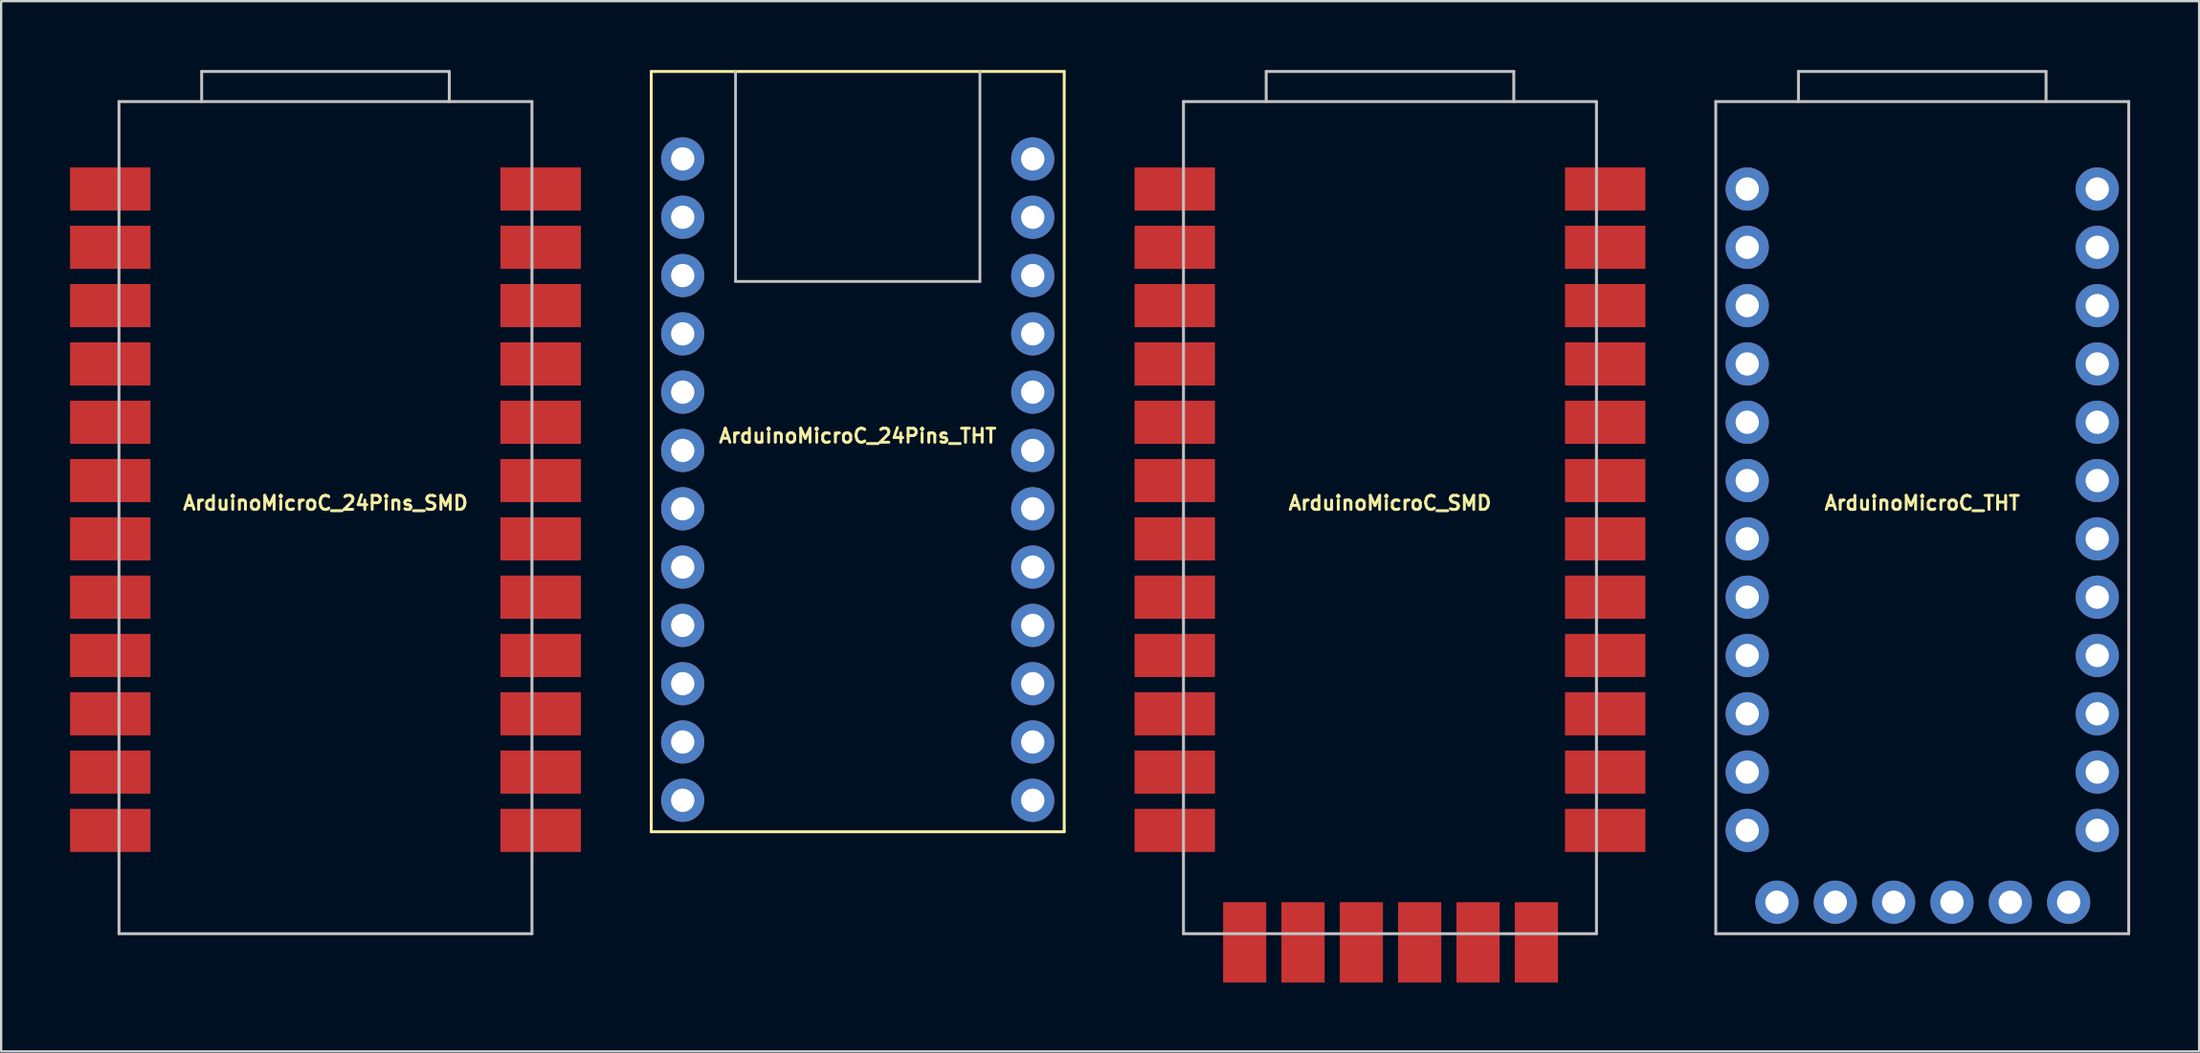
<source format=kicad_pcb>
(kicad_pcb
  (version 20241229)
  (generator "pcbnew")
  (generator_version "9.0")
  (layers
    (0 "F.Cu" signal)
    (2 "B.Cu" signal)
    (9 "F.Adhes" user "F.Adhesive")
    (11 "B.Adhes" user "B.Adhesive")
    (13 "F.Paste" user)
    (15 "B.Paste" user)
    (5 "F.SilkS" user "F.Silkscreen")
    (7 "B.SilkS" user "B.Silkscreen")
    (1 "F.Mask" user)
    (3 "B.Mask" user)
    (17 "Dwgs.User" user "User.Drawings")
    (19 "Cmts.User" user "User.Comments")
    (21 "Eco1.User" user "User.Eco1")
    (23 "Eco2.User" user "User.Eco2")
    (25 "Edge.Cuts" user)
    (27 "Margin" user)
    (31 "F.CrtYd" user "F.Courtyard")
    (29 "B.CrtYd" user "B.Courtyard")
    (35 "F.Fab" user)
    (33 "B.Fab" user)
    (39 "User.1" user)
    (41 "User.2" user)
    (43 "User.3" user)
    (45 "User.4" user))
  (footprint "ArduinoMicroC_24Pins_SMD"
    (layer "F.Cu")
    (at 11.12 19.499)
    (property "Reference" "ArduinoMicroC_24Pins_SMD" (at 0 -0.635 0) (layer "F.SilkS") (effects (font (size 0.61 0.61) (thickness 0.127))))
    (attr exclude_from_pos_files exclude_from_bom)
    (fp_line (start -8.99 -18.125) (end -8.99 18.125) (stroke (width 0.127) (type solid)) (layer "Dwgs.User"))
    (fp_line (start -8.99 18.125) (end 8.99 18.125) (stroke (width 0.127) (type solid)) (layer "Dwgs.User"))
    (fp_line (start -5.39 -19.435) (end -5.39 -18.125) (stroke (width 0.127) (type solid)) (layer "Dwgs.User"))
    (fp_line (start -5.39 -19.435) (end 5.39 -19.435) (stroke (width 0.127) (type solid)) (layer "Dwgs.User"))
    (fp_line (start 5.39 -19.435) (end 5.39 -18.125) (stroke (width 0.127) (type solid)) (layer "Dwgs.User"))
    (fp_line (start 8.99 -18.125) (end -8.99 -18.125) (stroke (width 0.127) (type solid)) (layer "Dwgs.User"))
    (fp_line (start 8.99 -18.125) (end 8.99 18.125) (stroke (width 0.127) (type solid)) (layer "Dwgs.User"))
    (pad "1" smd rect (at -9.37 -14.315 90) (size 1.88 3.5) (layers "F.Cu" "F.Mask" "F.Paste"))
    (pad "2" smd rect (at -9.37 -11.775 90) (size 1.88 3.5) (layers "F.Cu" "F.Mask" "F.Paste"))
    (pad "3" smd rect (at -9.37 -9.235 90) (size 1.88 3.5) (layers "F.Cu" "F.Mask" "F.Paste"))
    (pad "4" smd rect (at -9.37 -6.695 90) (size 1.88 3.5) (layers "F.Cu" "F.Mask" "F.Paste"))
    (pad "5" smd rect (at -9.37 -4.155 90) (size 1.88 3.5) (layers "F.Cu" "F.Mask" "F.Paste"))
    (pad "6" smd rect (at -9.37 -1.615 90) (size 1.88 3.5) (layers "F.Cu" "F.Mask" "F.Paste"))
    (pad "7" smd rect (at -9.37 0.925 90) (size 1.88 3.5) (layers "F.Cu" "F.Mask" "F.Paste"))
    (pad "8" smd rect (at -9.37 3.465 90) (size 1.88 3.5) (layers "F.Cu" "F.Mask" "F.Paste"))
    (pad "9" smd rect (at -9.37 6.005 90) (size 1.88 3.5) (layers "F.Cu" "F.Mask" "F.Paste"))
    (pad "10" smd rect (at -9.37 8.545 90) (size 1.88 3.5) (layers "F.Cu" "F.Mask" "F.Paste"))
    (pad "11" smd rect (at -9.37 11.085 90) (size 1.88 3.5) (layers "F.Cu" "F.Mask" "F.Paste"))
    (pad "12" smd rect (at -9.37 13.625 90) (size 1.88 3.5) (layers "F.Cu" "F.Mask" "F.Paste"))
    (pad "13" smd rect (at 9.37 13.625 90) (size 1.88 3.5) (layers "F.Cu" "F.Mask" "F.Paste"))
    (pad "14" smd rect (at 9.37 11.085 90) (size 1.88 3.5) (layers "F.Cu" "F.Mask" "F.Paste"))
    (pad "15" smd rect (at 9.37 8.545 90) (size 1.88 3.5) (layers "F.Cu" "F.Mask" "F.Paste"))
    (pad "16" smd rect (at 9.37 6.005 90) (size 1.88 3.5) (layers "F.Cu" "F.Mask" "F.Paste"))
    (pad "17" smd rect (at 9.37 3.465 90) (size 1.88 3.5) (layers "F.Cu" "F.Mask" "F.Paste"))
    (pad "18" smd rect (at 9.37 0.925 90) (size 1.88 3.5) (layers "F.Cu" "F.Mask" "F.Paste"))
    (pad "19" smd rect (at 9.37 -1.615 90) (size 1.88 3.5) (layers "F.Cu" "F.Mask" "F.Paste"))
    (pad "20" smd rect (at 9.37 -4.155 90) (size 1.88 3.5) (layers "F.Cu" "F.Mask" "F.Paste"))
    (pad "21" smd rect (at 9.37 -6.695 90) (size 1.88 3.5) (layers "F.Cu" "F.Mask" "F.Paste"))
    (pad "22" smd rect (at 9.37 -9.235 90) (size 1.88 3.5) (layers "F.Cu" "F.Mask" "F.Paste"))
    (pad "23" smd rect (at 9.37 -11.775 90) (size 1.88 3.5) (layers "F.Cu" "F.Mask" "F.Paste"))
    (pad "24" smd rect (at 9.37 -14.315 90) (size 1.88 3.5) (layers "F.Cu" "F.Mask" "F.Paste")))
  (footprint "ArduinoMicroC_24Pins_THT"
    (layer "F.Cu")
    (at 34.294 16.573)
    (property "Reference" "ArduinoMicroC_24Pins_THT" (at 0 -0.635 0) (layer "F.SilkS") (effects (font (size 0.61 0.61) (thickness 0.127))))
    (attr exclude_from_pos_files exclude_from_bom)
    (fp_line (start -8.99 -16.51) (end -8.99 16.61) (stroke (width 0.127) (type solid)) (layer "F.SilkS"))
    (fp_line (start -8.99 16.61) (end 8.99 16.61) (stroke (width 0.127) (type solid)) (layer "F.SilkS"))
    (fp_line (start 8.99 -16.51) (end -8.99 -16.51) (stroke (width 0.127) (type solid)) (layer "F.SilkS"))
    (fp_line (start 8.99 16.61) (end 8.99 -16.51) (stroke (width 0.127) (type solid)) (layer "F.SilkS"))
    (fp_line (start -5.32 -7.363) (end -5.32 -16.513) (stroke (width 0.12) (type solid)) (layer "Dwgs.User"))
    (fp_line (start -5.32 -7.363) (end 5.32 -7.363) (stroke (width 0.12) (type solid)) (layer "Dwgs.User"))
    (fp_line (start 5.32 -7.363) (end 5.32 -16.513) (stroke (width 0.12) (type solid)) (layer "Dwgs.User"))
    (pad "1" thru_hole circle (at -7.62 -12.7) (size 1.88 1.88) (drill 1.016) (layers "*.Cu" "*.Mask"))
    (pad "2" thru_hole circle (at -7.62 -10.16) (size 1.88 1.88) (drill 1.016) (layers "*.Cu" "*.Mask"))
    (pad "3" thru_hole circle (at -7.62 -7.62) (size 1.88 1.88) (drill 1.016) (layers "*.Cu" "*.Mask"))
    (pad "4" thru_hole circle (at -7.62 -5.08) (size 1.88 1.88) (drill 1.016) (layers "*.Cu" "*.Mask"))
    (pad "5" thru_hole circle (at -7.62 -2.54) (size 1.88 1.88) (drill 1.016) (layers "*.Cu" "*.Mask"))
    (pad "6" thru_hole circle (at -7.62 0) (size 1.88 1.88) (drill 1.016) (layers "*.Cu" "*.Mask"))
    (pad "7" thru_hole circle (at -7.62 2.54) (size 1.88 1.88) (drill 1.016) (layers "*.Cu" "*.Mask"))
    (pad "8" thru_hole circle (at -7.62 5.08) (size 1.88 1.88) (drill 1.016) (layers "*.Cu" "*.Mask"))
    (pad "9" thru_hole circle (at -7.62 7.62) (size 1.88 1.88) (drill 1.016) (layers "*.Cu" "*.Mask"))
    (pad "10" thru_hole circle (at -7.62 10.16) (size 1.88 1.88) (drill 1.016) (layers "*.Cu" "*.Mask"))
    (pad "11" thru_hole circle (at -7.62 12.7) (size 1.88 1.88) (drill 1.016) (layers "*.Cu" "*.Mask"))
    (pad "12" thru_hole circle (at -7.62 15.24) (size 1.88 1.88) (drill 1.016) (layers "*.Cu" "*.Mask"))
    (pad "13" thru_hole circle (at 7.62 15.24) (size 1.88 1.88) (drill 1.016) (layers "*.Cu" "*.Mask"))
    (pad "14" thru_hole circle (at 7.62 12.7) (size 1.88 1.88) (drill 1.016) (layers "*.Cu" "*.Mask"))
    (pad "15" thru_hole circle (at 7.62 10.16) (size 1.88 1.88) (drill 1.016) (layers "*.Cu" "*.Mask"))
    (pad "16" thru_hole circle (at 7.62 7.62) (size 1.88 1.88) (drill 1.016) (layers "*.Cu" "*.Mask"))
    (pad "17" thru_hole circle (at 7.62 5.08) (size 1.88 1.88) (drill 1.016) (layers "*.Cu" "*.Mask"))
    (pad "18" thru_hole circle (at 7.62 2.54) (size 1.88 1.88) (drill 1.016) (layers "*.Cu" "*.Mask"))
    (pad "19" thru_hole circle (at 7.62 0) (size 1.88 1.88) (drill 1.016) (layers "*.Cu" "*.Mask"))
    (pad "20" thru_hole circle (at 7.62 -2.54) (size 1.88 1.88) (drill 1.016) (layers "*.Cu" "*.Mask"))
    (pad "21" thru_hole circle (at 7.62 -5.08) (size 1.88 1.88) (drill 1.016) (layers "*.Cu" "*.Mask"))
    (pad "22" thru_hole circle (at 7.62 -7.62) (size 1.88 1.88) (drill 1.016) (layers "*.Cu" "*.Mask"))
    (pad "23" thru_hole circle (at 7.62 -10.16) (size 1.88 1.88) (drill 1.016) (layers "*.Cu" "*.Mask"))
    (pad "24" thru_hole circle (at 7.62 -12.7) (size 1.88 1.88) (drill 1.016) (layers "*.Cu" "*.Mask")))
  (footprint "ArduinoMicroC_THT"
    (layer "F.Cu")
    (at 80.641 19.499)
    (property "Reference" "ArduinoMicroC_THT" (at 0 -0.635 0) (layer "F.SilkS") (effects (font (size 0.61 0.61) (thickness 0.127))))
    (attr exclude_from_pos_files exclude_from_bom)
    (fp_line (start -8.99 -18.125) (end -8.99 18.125) (stroke (width 0.127) (type solid)) (layer "Dwgs.User"))
    (fp_line (start -8.99 18.125) (end 8.99 18.125) (stroke (width 0.127) (type solid)) (layer "Dwgs.User"))
    (fp_line (start -5.39 -19.435) (end -5.39 -18.125) (stroke (width 0.127) (type solid)) (layer "Dwgs.User"))
    (fp_line (start -5.39 -19.435) (end 5.39 -19.435) (stroke (width 0.127) (type solid)) (layer "Dwgs.User"))
    (fp_line (start 5.39 -19.435) (end 5.39 -18.125) (stroke (width 0.127) (type solid)) (layer "Dwgs.User"))
    (fp_line (start 8.99 -18.125) (end -8.99 -18.125) (stroke (width 0.127) (type solid)) (layer "Dwgs.User"))
    (fp_line (start 8.99 -18.125) (end 8.99 18.125) (stroke (width 0.127) (type solid)) (layer "Dwgs.User"))
    (pad "1" thru_hole circle (at -7.62 -14.315) (size 1.88 1.88) (drill 1.016) (layers "*.Cu" "*.Mask"))
    (pad "2" thru_hole circle (at -7.62 -11.775) (size 1.88 1.88) (drill 1.016) (layers "*.Cu" "*.Mask"))
    (pad "3" thru_hole circle (at -7.62 -9.235) (size 1.88 1.88) (drill 1.016) (layers "*.Cu" "*.Mask"))
    (pad "4" thru_hole circle (at -7.62 -6.695) (size 1.88 1.88) (drill 1.016) (layers "*.Cu" "*.Mask"))
    (pad "5" thru_hole circle (at -7.62 -4.155) (size 1.88 1.88) (drill 1.016) (layers "*.Cu" "*.Mask"))
    (pad "6" thru_hole circle (at -7.62 -1.615) (size 1.88 1.88) (drill 1.016) (layers "*.Cu" "*.Mask"))
    (pad "7" thru_hole circle (at -7.62 0.925) (size 1.88 1.88) (drill 1.016) (layers "*.Cu" "*.Mask"))
    (pad "8" thru_hole circle (at -7.62 3.465) (size 1.88 1.88) (drill 1.016) (layers "*.Cu" "*.Mask"))
    (pad "9" thru_hole circle (at -7.62 6.005) (size 1.88 1.88) (drill 1.016) (layers "*.Cu" "*.Mask"))
    (pad "10" thru_hole circle (at -7.62 8.545) (size 1.88 1.88) (drill 1.016) (layers "*.Cu" "*.Mask"))
    (pad "11" thru_hole circle (at -7.62 11.085) (size 1.88 1.88) (drill 1.016) (layers "*.Cu" "*.Mask"))
    (pad "12" thru_hole circle (at -7.62 13.625) (size 1.88 1.88) (drill 1.016) (layers "*.Cu" "*.Mask"))
    (pad "13" thru_hole circle (at 7.62 13.625) (size 1.88 1.88) (drill 1.016) (layers "*.Cu" "*.Mask"))
    (pad "14" thru_hole circle (at 7.62 11.085) (size 1.88 1.88) (drill 1.016) (layers "*.Cu" "*.Mask"))
    (pad "15" thru_hole circle (at 7.62 8.545) (size 1.88 1.88) (drill 1.016) (layers "*.Cu" "*.Mask"))
    (pad "16" thru_hole circle (at 7.62 6.005) (size 1.88 1.88) (drill 1.016) (layers "*.Cu" "*.Mask"))
    (pad "17" thru_hole circle (at 7.62 3.465) (size 1.88 1.88) (drill 1.016) (layers "*.Cu" "*.Mask"))
    (pad "18" thru_hole circle (at 7.62 0.925) (size 1.88 1.88) (drill 1.016) (layers "*.Cu" "*.Mask"))
    (pad "19" thru_hole circle (at 7.62 -1.615) (size 1.88 1.88) (drill 1.016) (layers "*.Cu" "*.Mask"))
    (pad "20" thru_hole circle (at 7.62 -4.155) (size 1.88 1.88) (drill 1.016) (layers "*.Cu" "*.Mask"))
    (pad "21" thru_hole circle (at 7.62 -6.695) (size 1.88 1.88) (drill 1.016) (layers "*.Cu" "*.Mask"))
    (pad "22" thru_hole circle (at 7.62 -9.235) (size 1.88 1.88) (drill 1.016) (layers "*.Cu" "*.Mask"))
    (pad "23" thru_hole circle (at 7.62 -11.775) (size 1.88 1.88) (drill 1.016) (layers "*.Cu" "*.Mask"))
    (pad "24" thru_hole circle (at 7.62 -14.315) (size 1.88 1.88) (drill 1.016) (layers "*.Cu" "*.Mask"))
    (pad "25" thru_hole circle (at -6.326 16.753 90) (size 1.88 1.88) (drill 1.016) (layers "*.Cu" "*.Mask"))
    (pad "26" thru_hole circle (at -3.786 16.753 90) (size 1.88 1.88) (drill 1.016) (layers "*.Cu" "*.Mask"))
    (pad "27" thru_hole circle (at -1.246 16.753 90) (size 1.88 1.88) (drill 1.016) (layers "*.Cu" "*.Mask"))
    (pad "28" thru_hole circle (at 1.294 16.753 90) (size 1.88 1.88) (drill 1.016) (layers "*.Cu" "*.Mask"))
    (pad "29" thru_hole circle (at 3.834 16.753 90) (size 1.88 1.88) (drill 1.016) (layers "*.Cu" "*.Mask"))
    (pad "30" thru_hole circle (at 6.374 16.753 90) (size 1.88 1.88) (drill 1.016) (layers "*.Cu" "*.Mask")))
  (footprint "ArduinoMicroC_SMD"
    (layer "F.Cu")
    (at 57.467 19.499)
    (property "Reference" "ArduinoMicroC_SMD" (at 0 -0.635 0) (layer "F.SilkS") (effects (font (size 0.61 0.61) (thickness 0.127))))
    (attr exclude_from_pos_files exclude_from_bom)
    (fp_line (start -8.99 -18.125) (end -8.99 18.125) (stroke (width 0.127) (type solid)) (layer "Dwgs.User"))
    (fp_line (start -8.99 18.125) (end 8.99 18.125) (stroke (width 0.127) (type solid)) (layer "Dwgs.User"))
    (fp_line (start -5.39 -19.435) (end -5.39 -18.125) (stroke (width 0.127) (type solid)) (layer "Dwgs.User"))
    (fp_line (start -5.39 -19.435) (end 5.39 -19.435) (stroke (width 0.127) (type solid)) (layer "Dwgs.User"))
    (fp_line (start 5.39 -19.435) (end 5.39 -18.125) (stroke (width 0.127) (type solid)) (layer "Dwgs.User"))
    (fp_line (start 8.99 -18.125) (end -8.99 -18.125) (stroke (width 0.127) (type solid)) (layer "Dwgs.User"))
    (fp_line (start 8.99 -18.125) (end 8.99 18.125) (stroke (width 0.127) (type solid)) (layer "Dwgs.User"))
    (pad "1" smd rect (at -9.37 -14.315 90) (size 1.88 3.5) (layers "F.Cu" "F.Mask" "F.Paste"))
    (pad "2" smd rect (at -9.37 -11.775 90) (size 1.88 3.5) (layers "F.Cu" "F.Mask" "F.Paste"))
    (pad "3" smd rect (at -9.37 -9.235 90) (size 1.88 3.5) (layers "F.Cu" "F.Mask" "F.Paste"))
    (pad "4" smd rect (at -9.37 -6.695 90) (size 1.88 3.5) (layers "F.Cu" "F.Mask" "F.Paste"))
    (pad "5" smd rect (at -9.37 -4.155 90) (size 1.88 3.5) (layers "F.Cu" "F.Mask" "F.Paste"))
    (pad "6" smd rect (at -9.37 -1.615 90) (size 1.88 3.5) (layers "F.Cu" "F.Mask" "F.Paste"))
    (pad "7" smd rect (at -9.37 0.925 90) (size 1.88 3.5) (layers "F.Cu" "F.Mask" "F.Paste"))
    (pad "8" smd rect (at -9.37 3.465 90) (size 1.88 3.5) (layers "F.Cu" "F.Mask" "F.Paste"))
    (pad "9" smd rect (at -9.37 6.005 90) (size 1.88 3.5) (layers "F.Cu" "F.Mask" "F.Paste"))
    (pad "10" smd rect (at -9.37 8.545 90) (size 1.88 3.5) (layers "F.Cu" "F.Mask" "F.Paste"))
    (pad "11" smd rect (at -9.37 11.085 90) (size 1.88 3.5) (layers "F.Cu" "F.Mask" "F.Paste"))
    (pad "12" smd rect (at -9.37 13.625 90) (size 1.88 3.5) (layers "F.Cu" "F.Mask" "F.Paste"))
    (pad "13" smd rect (at 9.37 13.625 90) (size 1.88 3.5) (layers "F.Cu" "F.Mask" "F.Paste"))
    (pad "14" smd rect (at 9.37 11.085 90) (size 1.88 3.5) (layers "F.Cu" "F.Mask" "F.Paste"))
    (pad "15" smd rect (at 9.37 8.545 90) (size 1.88 3.5) (layers "F.Cu" "F.Mask" "F.Paste"))
    (pad "16" smd rect (at 9.37 6.005 90) (size 1.88 3.5) (layers "F.Cu" "F.Mask" "F.Paste"))
    (pad "17" smd rect (at 9.37 3.465 90) (size 1.88 3.5) (layers "F.Cu" "F.Mask" "F.Paste"))
    (pad "18" smd rect (at 9.37 0.925 90) (size 1.88 3.5) (layers "F.Cu" "F.Mask" "F.Paste"))
    (pad "19" smd rect (at 9.37 -1.615 90) (size 1.88 3.5) (layers "F.Cu" "F.Mask" "F.Paste"))
    (pad "20" smd rect (at 9.37 -4.155 90) (size 1.88 3.5) (layers "F.Cu" "F.Mask" "F.Paste"))
    (pad "21" smd rect (at 9.37 -6.695 90) (size 1.88 3.5) (layers "F.Cu" "F.Mask" "F.Paste"))
    (pad "22" smd rect (at 9.37 -9.235 90) (size 1.88 3.5) (layers "F.Cu" "F.Mask" "F.Paste"))
    (pad "23" smd rect (at 9.37 -11.775 90) (size 1.88 3.5) (layers "F.Cu" "F.Mask" "F.Paste"))
    (pad "24" smd rect (at 9.37 -14.315 90) (size 1.88 3.5) (layers "F.Cu" "F.Mask" "F.Paste"))
    (pad "25" smd rect (at -6.326 18.503 90) (size 3.5 1.88) (layers "F.Cu" "F.Mask" "F.Paste"))
    (pad "26" smd rect (at -3.786 18.503 90) (size 3.5 1.88) (layers "F.Cu" "F.Mask" "F.Paste"))
    (pad "27" smd rect (at -1.246 18.503 90) (size 3.5 1.88) (layers "F.Cu" "F.Mask" "F.Paste"))
    (pad "28" smd rect (at 1.294 18.503 90) (size 3.5 1.88) (layers "F.Cu" "F.Mask" "F.Paste"))
    (pad "29" smd rect (at 3.834 18.503 90) (size 3.5 1.88) (layers "F.Cu" "F.Mask" "F.Paste"))
    (pad "30" smd rect (at 6.374 18.503 90) (size 3.5 1.88) (layers "F.Cu" "F.Mask" "F.Paste")))
  (gr_rect
    (start -3 -3)
    (end 92.694 42.752)
    (stroke (width 0.1) (type default))
    (fill no)
    (layer "Edge.Cuts")))
</source>
